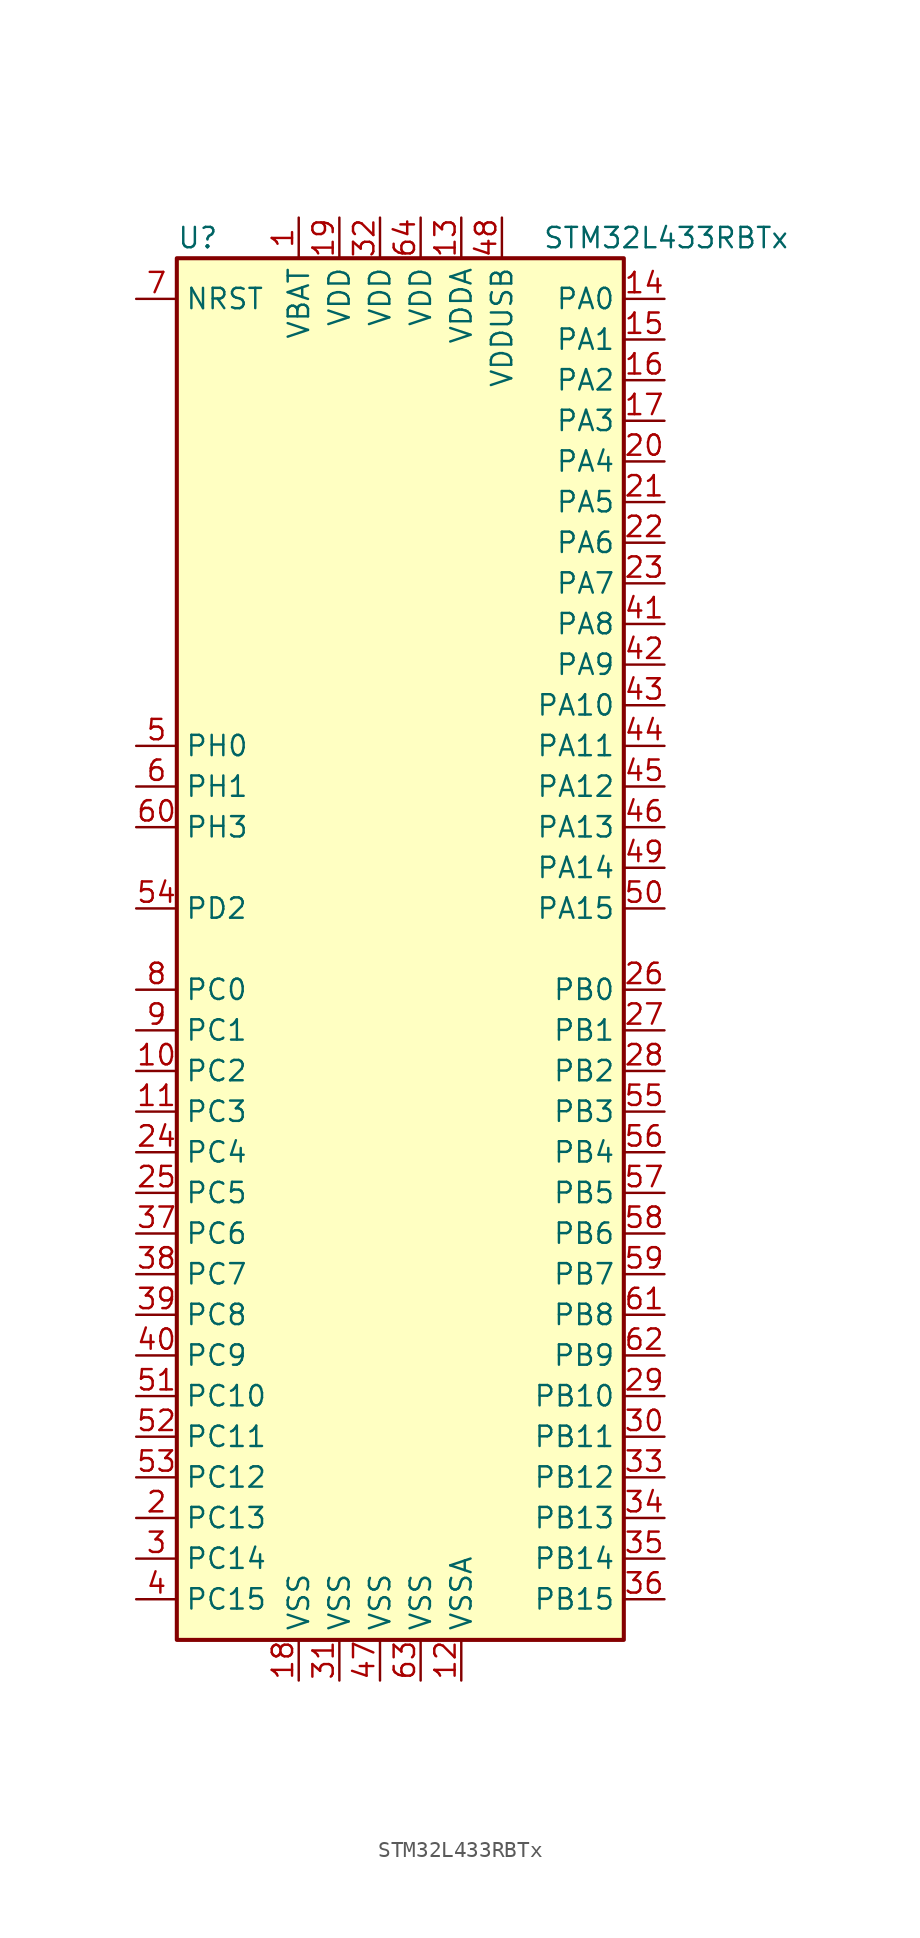
<source format=kicad_sym>
(kicad_symbol_lib
  (version 20211014)
  (generator kicad_symbol_editor)
  (symbol "STM32L433RBTx"
    (property "Reference" "U"
      (at -15.24 44.45 0)
      (effects (font (size 1.27 1.27)) (justify left)))
    (property "Value" "STM32L433RBTx"
      (at 7.62 44.45 0)
      (effects (font (size 1.27 1.27)) (justify left)))
    (symbol "STM32L433RBTx_0_1"
      (rectangle (start -15.24 -43.18) (end 12.7 43.18) (stroke (width 0.254) (type default) (color 0 0 0 0)) (fill (type background))))
    (symbol "STM32L433RBTx_1_1"
      (pin power_in line (at -7.62 45.72 270) (length 2.54) (name "VBAT" (effects (font (size 1.27 1.27)))) (number "1" (effects (font (size 1.27 1.27)))))
      (pin bidirectional line (at -17.78 -7.62 0) (length 2.54) (name "PC2" (effects (font (size 1.27 1.27)))) (number "10" (effects (font (size 1.27 1.27)))))
      (pin bidirectional line (at -17.78 -10.16 0) (length 2.54) (name "PC3" (effects (font (size 1.27 1.27)))) (number "11" (effects (font (size 1.27 1.27)))))
      (pin power_in line (at 2.54 -45.72 90) (length 2.54) (name "VSSA" (effects (font (size 1.27 1.27)))) (number "12" (effects (font (size 1.27 1.27)))))
      (pin power_in line (at 2.54 45.72 270) (length 2.54) (name "VDDA" (effects (font (size 1.27 1.27)))) (number "13" (effects (font (size 1.27 1.27)))))
      (pin bidirectional line (at 15.24 40.64 180) (length 2.54) (name "PA0" (effects (font (size 1.27 1.27)))) (number "14" (effects (font (size 1.27 1.27)))))
      (pin bidirectional line (at 15.24 38.1 180) (length 2.54) (name "PA1" (effects (font (size 1.27 1.27)))) (number "15" (effects (font (size 1.27 1.27)))))
      (pin bidirectional line (at 15.24 35.56 180) (length 2.54) (name "PA2" (effects (font (size 1.27 1.27)))) (number "16" (effects (font (size 1.27 1.27)))))
      (pin bidirectional line (at 15.24 33.02 180) (length 2.54) (name "PA3" (effects (font (size 1.27 1.27)))) (number "17" (effects (font (size 1.27 1.27)))))
      (pin power_in line (at -7.62 -45.72 90) (length 2.54) (name "VSS" (effects (font (size 1.27 1.27)))) (number "18" (effects (font (size 1.27 1.27)))))
      (pin power_in line (at -5.08 45.72 270) (length 2.54) (name "VDD" (effects (font (size 1.27 1.27)))) (number "19" (effects (font (size 1.27 1.27)))))
      (pin bidirectional line (at -17.78 -35.56 0) (length 2.54) (name "PC13" (effects (font (size 1.27 1.27)))) (number "2" (effects (font (size 1.27 1.27)))))
      (pin bidirectional line (at 15.24 30.48 180) (length 2.54) (name "PA4" (effects (font (size 1.27 1.27)))) (number "20" (effects (font (size 1.27 1.27)))))
      (pin bidirectional line (at 15.24 27.94 180) (length 2.54) (name "PA5" (effects (font (size 1.27 1.27)))) (number "21" (effects (font (size 1.27 1.27)))))
      (pin bidirectional line (at 15.24 25.4 180) (length 2.54) (name "PA6" (effects (font (size 1.27 1.27)))) (number "22" (effects (font (size 1.27 1.27)))))
      (pin bidirectional line (at 15.24 22.86 180) (length 2.54) (name "PA7" (effects (font (size 1.27 1.27)))) (number "23" (effects (font (size 1.27 1.27)))))
      (pin bidirectional line (at -17.78 -12.7 0) (length 2.54) (name "PC4" (effects (font (size 1.27 1.27)))) (number "24" (effects (font (size 1.27 1.27)))))
      (pin bidirectional line (at -17.78 -15.24 0) (length 2.54) (name "PC5" (effects (font (size 1.27 1.27)))) (number "25" (effects (font (size 1.27 1.27)))))
      (pin bidirectional line (at 15.24 -2.54 180) (length 2.54) (name "PB0" (effects (font (size 1.27 1.27)))) (number "26" (effects (font (size 1.27 1.27)))))
      (pin bidirectional line (at 15.24 -5.08 180) (length 2.54) (name "PB1" (effects (font (size 1.27 1.27)))) (number "27" (effects (font (size 1.27 1.27)))))
      (pin bidirectional line (at 15.24 -7.62 180) (length 2.54) (name "PB2" (effects (font (size 1.27 1.27)))) (number "28" (effects (font (size 1.27 1.27)))))
      (pin bidirectional line (at 15.24 -27.94 180) (length 2.54) (name "PB10" (effects (font (size 1.27 1.27)))) (number "29" (effects (font (size 1.27 1.27)))))
      (pin bidirectional line (at -17.78 -38.1 0) (length 2.54) (name "PC14" (effects (font (size 1.27 1.27)))) (number "3" (effects (font (size 1.27 1.27)))))
      (pin bidirectional line (at 15.24 -30.48 180) (length 2.54) (name "PB11" (effects (font (size 1.27 1.27)))) (number "30" (effects (font (size 1.27 1.27)))))
      (pin power_in line (at -5.08 -45.72 90) (length 2.54) (name "VSS" (effects (font (size 1.27 1.27)))) (number "31" (effects (font (size 1.27 1.27)))))
      (pin power_in line (at -2.54 45.72 270) (length 2.54) (name "VDD" (effects (font (size 1.27 1.27)))) (number "32" (effects (font (size 1.27 1.27)))))
      (pin bidirectional line (at 15.24 -33.02 180) (length 2.54) (name "PB12" (effects (font (size 1.27 1.27)))) (number "33" (effects (font (size 1.27 1.27)))))
      (pin bidirectional line (at 15.24 -35.56 180) (length 2.54) (name "PB13" (effects (font (size 1.27 1.27)))) (number "34" (effects (font (size 1.27 1.27)))))
      (pin bidirectional line (at 15.24 -38.1 180) (length 2.54) (name "PB14" (effects (font (size 1.27 1.27)))) (number "35" (effects (font (size 1.27 1.27)))))
      (pin bidirectional line (at 15.24 -40.64 180) (length 2.54) (name "PB15" (effects (font (size 1.27 1.27)))) (number "36" (effects (font (size 1.27 1.27)))))
      (pin bidirectional line (at -17.78 -17.78 0) (length 2.54) (name "PC6" (effects (font (size 1.27 1.27)))) (number "37" (effects (font (size 1.27 1.27)))))
      (pin bidirectional line (at -17.78 -20.32 0) (length 2.54) (name "PC7" (effects (font (size 1.27 1.27)))) (number "38" (effects (font (size 1.27 1.27)))))
      (pin bidirectional line (at -17.78 -22.86 0) (length 2.54) (name "PC8" (effects (font (size 1.27 1.27)))) (number "39" (effects (font (size 1.27 1.27)))))
      (pin bidirectional line (at -17.78 -40.64 0) (length 2.54) (name "PC15" (effects (font (size 1.27 1.27)))) (number "4" (effects (font (size 1.27 1.27)))))
      (pin bidirectional line (at -17.78 -25.4 0) (length 2.54) (name "PC9" (effects (font (size 1.27 1.27)))) (number "40" (effects (font (size 1.27 1.27)))))
      (pin bidirectional line (at 15.24 20.32 180) (length 2.54) (name "PA8" (effects (font (size 1.27 1.27)))) (number "41" (effects (font (size 1.27 1.27)))))
      (pin bidirectional line (at 15.24 17.78 180) (length 2.54) (name "PA9" (effects (font (size 1.27 1.27)))) (number "42" (effects (font (size 1.27 1.27)))))
      (pin bidirectional line (at 15.24 15.24 180) (length 2.54) (name "PA10" (effects (font (size 1.27 1.27)))) (number "43" (effects (font (size 1.27 1.27)))))
      (pin bidirectional line (at 15.24 12.7 180) (length 2.54) (name "PA11" (effects (font (size 1.27 1.27)))) (number "44" (effects (font (size 1.27 1.27)))))
      (pin bidirectional line (at 15.24 10.16 180) (length 2.54) (name "PA12" (effects (font (size 1.27 1.27)))) (number "45" (effects (font (size 1.27 1.27)))))
      (pin bidirectional line (at 15.24 7.62 180) (length 2.54) (name "PA13" (effects (font (size 1.27 1.27)))) (number "46" (effects (font (size 1.27 1.27)))))
      (pin power_in line (at -2.54 -45.72 90) (length 2.54) (name "VSS" (effects (font (size 1.27 1.27)))) (number "47" (effects (font (size 1.27 1.27)))))
      (pin power_in line (at 5.08 45.72 270) (length 2.54) (name "VDDUSB" (effects (font (size 1.27 1.27)))) (number "48" (effects (font (size 1.27 1.27)))))
      (pin bidirectional line (at 15.24 5.08 180) (length 2.54) (name "PA14" (effects (font (size 1.27 1.27)))) (number "49" (effects (font (size 1.27 1.27)))))
      (pin input line (at -17.78 12.7 0) (length 2.54) (name "PH0" (effects (font (size 1.27 1.27)))) (number "5" (effects (font (size 1.27 1.27)))))
      (pin bidirectional line (at 15.24 2.54 180) (length 2.54) (name "PA15" (effects (font (size 1.27 1.27)))) (number "50" (effects (font (size 1.27 1.27)))))
      (pin bidirectional line (at -17.78 -27.94 0) (length 2.54) (name "PC10" (effects (font (size 1.27 1.27)))) (number "51" (effects (font (size 1.27 1.27)))))
      (pin bidirectional line (at -17.78 -30.48 0) (length 2.54) (name "PC11" (effects (font (size 1.27 1.27)))) (number "52" (effects (font (size 1.27 1.27)))))
      (pin bidirectional line (at -17.78 -33.02 0) (length 2.54) (name "PC12" (effects (font (size 1.27 1.27)))) (number "53" (effects (font (size 1.27 1.27)))))
      (pin bidirectional line (at -17.78 2.54 0) (length 2.54) (name "PD2" (effects (font (size 1.27 1.27)))) (number "54" (effects (font (size 1.27 1.27)))))
      (pin bidirectional line (at 15.24 -10.16 180) (length 2.54) (name "PB3" (effects (font (size 1.27 1.27)))) (number "55" (effects (font (size 1.27 1.27)))))
      (pin bidirectional line (at 15.24 -12.7 180) (length 2.54) (name "PB4" (effects (font (size 1.27 1.27)))) (number "56" (effects (font (size 1.27 1.27)))))
      (pin bidirectional line (at 15.24 -15.24 180) (length 2.54) (name "PB5" (effects (font (size 1.27 1.27)))) (number "57" (effects (font (size 1.27 1.27)))))
      (pin bidirectional line (at 15.24 -17.78 180) (length 2.54) (name "PB6" (effects (font (size 1.27 1.27)))) (number "58" (effects (font (size 1.27 1.27)))))
      (pin bidirectional line (at 15.24 -20.32 180) (length 2.54) (name "PB7" (effects (font (size 1.27 1.27)))) (number "59" (effects (font (size 1.27 1.27)))))
      (pin input line (at -17.78 10.16 0) (length 2.54) (name "PH1" (effects (font (size 1.27 1.27)))) (number "6" (effects (font (size 1.27 1.27)))))
      (pin bidirectional line (at -17.78 7.62 0) (length 2.54) (name "PH3" (effects (font (size 1.27 1.27)))) (number "60" (effects (font (size 1.27 1.27)))))
      (pin bidirectional line (at 15.24 -22.86 180) (length 2.54) (name "PB8" (effects (font (size 1.27 1.27)))) (number "61" (effects (font (size 1.27 1.27)))))
      (pin bidirectional line (at 15.24 -25.4 180) (length 2.54) (name "PB9" (effects (font (size 1.27 1.27)))) (number "62" (effects (font (size 1.27 1.27)))))
      (pin power_in line (at 0 -45.72 90) (length 2.54) (name "VSS" (effects (font (size 1.27 1.27)))) (number "63" (effects (font (size 1.27 1.27)))))
      (pin power_in line (at 0 45.72 270) (length 2.54) (name "VDD" (effects (font (size 1.27 1.27)))) (number "64" (effects (font (size 1.27 1.27)))))
      (pin input line (at -17.78 40.64 0) (length 2.54) (name "NRST" (effects (font (size 1.27 1.27)))) (number "7" (effects (font (size 1.27 1.27)))))
      (pin bidirectional line (at -17.78 -2.54 0) (length 2.54) (name "PC0" (effects (font (size 1.27 1.27)))) (number "8" (effects (font (size 1.27 1.27)))))
      (pin bidirectional line (at -17.78 -5.08 0) (length 2.54) (name "PC1" (effects (font (size 1.27 1.27)))) (number "9" (effects (font (size 1.27 1.27))))))))
</source>
